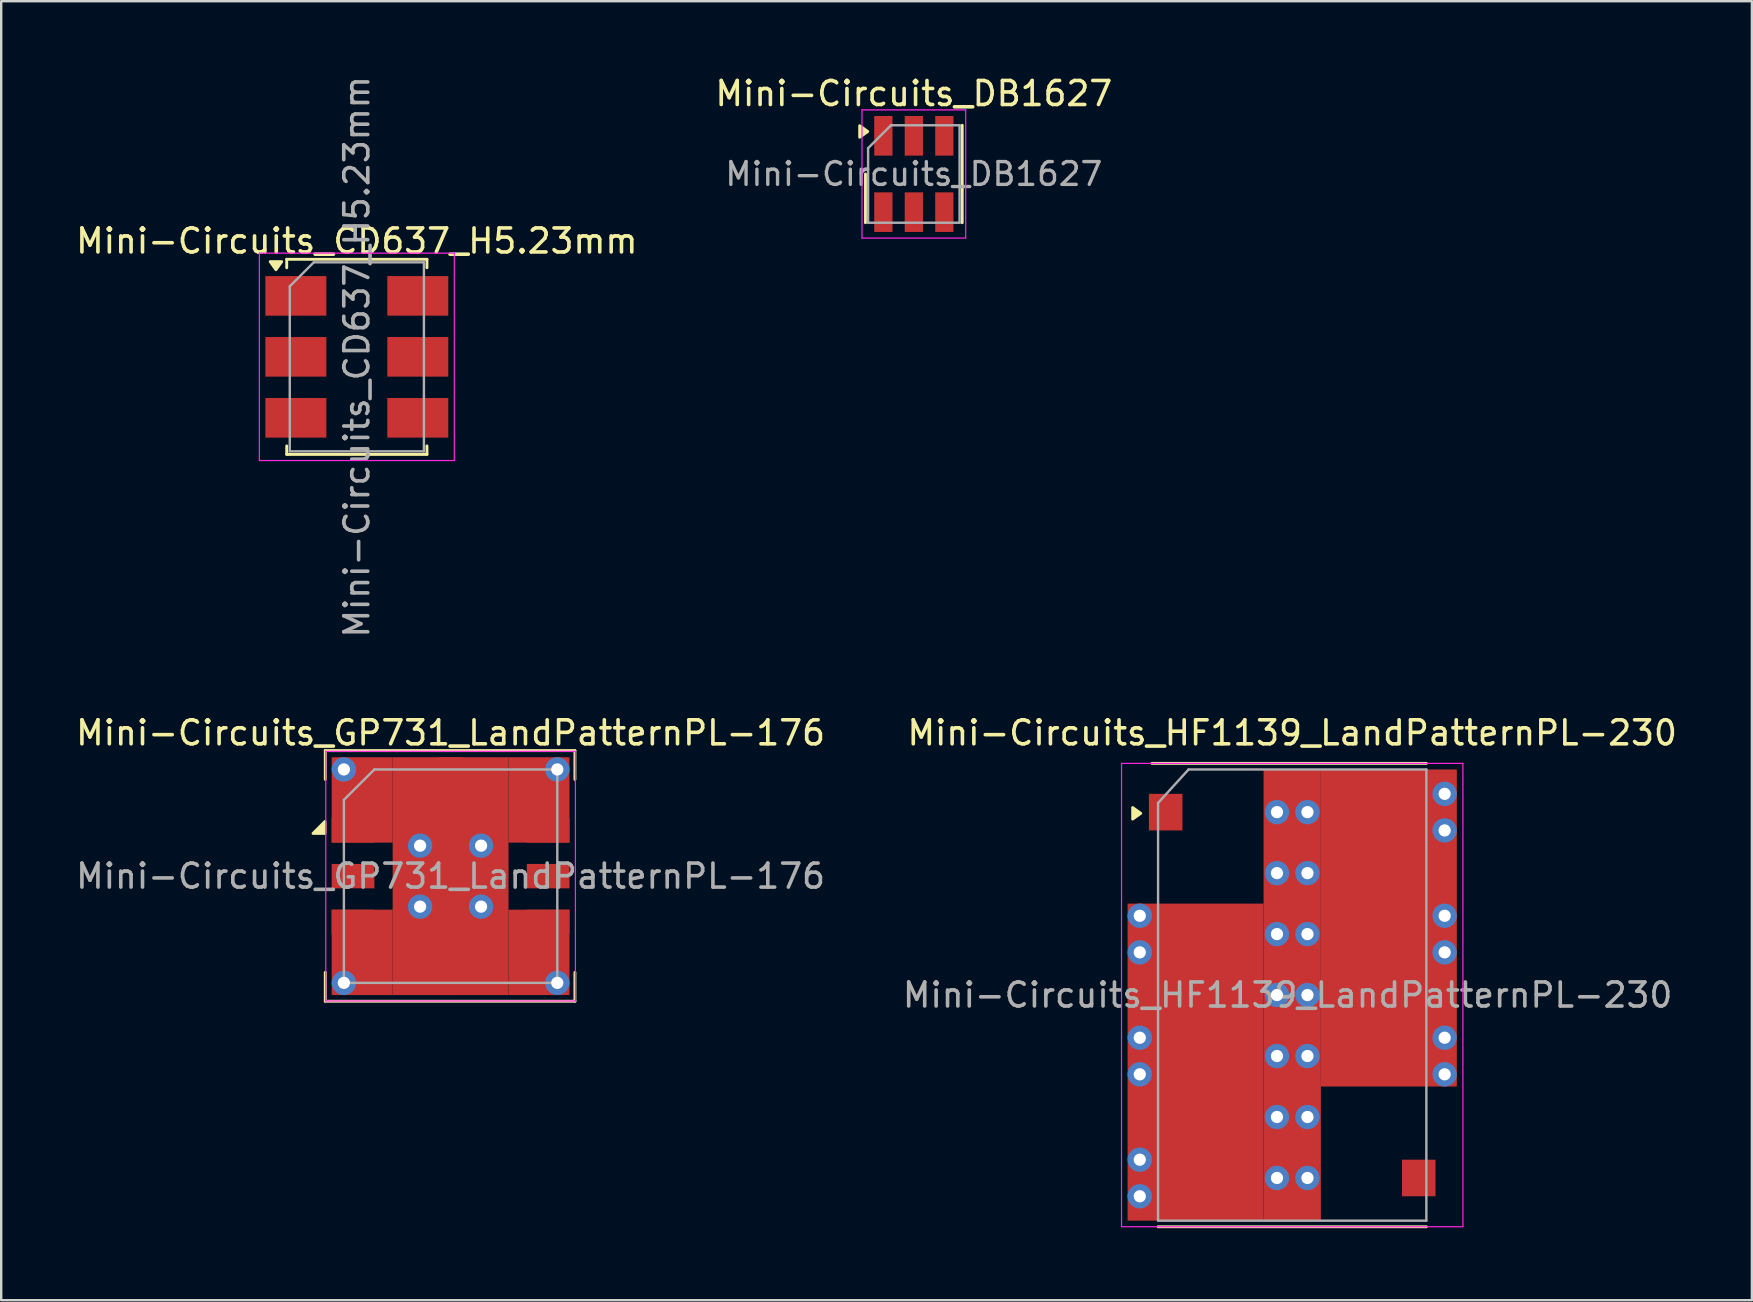
<source format=kicad_pcb>
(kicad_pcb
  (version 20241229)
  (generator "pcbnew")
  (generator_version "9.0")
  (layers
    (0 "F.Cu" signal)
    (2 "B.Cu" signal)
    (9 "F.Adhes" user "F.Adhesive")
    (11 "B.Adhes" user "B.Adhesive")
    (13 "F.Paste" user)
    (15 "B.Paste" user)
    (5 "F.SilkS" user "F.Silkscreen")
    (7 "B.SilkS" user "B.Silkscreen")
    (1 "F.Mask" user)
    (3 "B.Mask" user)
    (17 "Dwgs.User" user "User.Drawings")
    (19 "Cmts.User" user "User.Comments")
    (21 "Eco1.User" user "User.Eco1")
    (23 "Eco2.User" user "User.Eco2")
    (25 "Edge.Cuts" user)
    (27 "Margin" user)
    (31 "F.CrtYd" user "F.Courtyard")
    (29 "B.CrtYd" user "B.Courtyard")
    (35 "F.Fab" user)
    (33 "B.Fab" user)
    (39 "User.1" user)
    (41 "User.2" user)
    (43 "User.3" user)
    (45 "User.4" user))
  (footprint "Mini-Circuits_DB1627"
    (layer "F.Cu")
    (at 35.018 4.198)
    (property "Reference" "Mini-Circuits_DB1627" (at 0 -3.35 0) (layer "F.SilkS") (effects (font (size 1 1) (thickness 0.15))))
    (attr smd)
    (fp_line (start -2.015 0) (end -2.015 2.03) (stroke (width 0.12) (type solid)) (layer "F.SilkS"))
    (fp_line (start 2.015 -2.03) (end 2.015 2.03) (stroke (width 0.12) (type solid)) (layer "F.SilkS"))
    (fp_poly (pts (xy -1.92 -1.77) (xy -2.256 -1.53) (xy -2.256 -2.01) (xy -1.92 -1.77)) (stroke (width 0.12) (type solid)) (fill yes) (layer "F.SilkS"))
    (fp_line (start -2.16 -2.67) (end -2.16 2.67) (stroke (width 0.05) (type solid)) (layer "F.CrtYd"))
    (fp_line (start -2.16 2.67) (end 2.16 2.67) (stroke (width 0.05) (type solid)) (layer "F.CrtYd"))
    (fp_line (start 2.16 -2.67) (end -2.16 -2.67) (stroke (width 0.05) (type solid)) (layer "F.CrtYd"))
    (fp_line (start 2.16 2.67) (end 2.16 -2.67) (stroke (width 0.05) (type solid)) (layer "F.CrtYd"))
    (fp_line (start -1.905 -1.077) (end -0.953 -2.03) (stroke (width 0.1) (type solid)) (layer "F.Fab"))
    (fp_line (start -1.905 2.03) (end -1.905 -1.077) (stroke (width 0.1) (type solid)) (layer "F.Fab"))
    (fp_line (start -0.953 -2.03) (end 1.905 -2.03) (stroke (width 0.1) (type solid)) (layer "F.Fab"))
    (fp_line (start 1.905 -2.03) (end 1.905 2.03) (stroke (width 0.1) (type solid)) (layer "F.Fab"))
    (fp_line (start 1.905 2.03) (end -1.905 2.03) (stroke (width 0.1) (type solid)) (layer "F.Fab"))
    (fp_text user "${REFERENCE}" (at 0 0 0) (layer "F.Fab") (effects (font (size 0.95 0.95) (thickness 0.14))))
    (pad "1" smd rect (at -1.27 -1.59) (size 0.76 1.65) (layers "F.Cu" "F.Mask" "F.Paste"))
    (pad "2" smd rect (at 0 -1.59) (size 0.76 1.65) (layers "F.Cu" "F.Mask" "F.Paste"))
    (pad "3" smd rect (at 1.27 -1.59) (size 0.76 1.65) (layers "F.Cu" "F.Mask" "F.Paste"))
    (pad "4" smd rect (at 1.27 1.59) (size 0.76 1.65) (layers "F.Cu" "F.Mask" "F.Paste"))
    (pad "5" smd rect (at 0 1.59) (size 0.76 1.65) (layers "F.Cu" "F.Mask" "F.Paste"))
    (pad "6" smd rect (at -1.27 1.59) (size 0.76 1.65) (layers "F.Cu" "F.Mask" "F.Paste")))
  (footprint "Mini-Circuits_CD637_H5.23mm"
    (layer "F.Cu")
    (at 11.815 11.815)
    (property "Reference" "Mini-Circuits_CD637_H5.23mm" (at 0 -4.826 0) (layer "F.SilkS") (effects (font (size 1 1) (thickness 0.15))))
    (attr smd)
    (fp_line (start -2.921 -4.064) (end -2.921 -3.71) (stroke (width 0.12) (type solid)) (layer "F.SilkS"))
    (fp_line (start -2.921 3.71) (end -2.921 4.064) (stroke (width 0.12) (type solid)) (layer "F.SilkS"))
    (fp_line (start -2.921 4.064) (end 2.921 4.064) (stroke (width 0.12) (type solid)) (layer "F.SilkS"))
    (fp_line (start 2.921 -4.064) (end -2.921 -4.064) (stroke (width 0.12) (type solid)) (layer "F.SilkS"))
    (fp_line (start 2.921 -3.71) (end 2.921 -4.064) (stroke (width 0.12) (type solid)) (layer "F.SilkS"))
    (fp_line (start 2.921 4.064) (end 2.921 3.71) (stroke (width 0.12) (type solid)) (layer "F.SilkS"))
    (fp_poly (pts (xy -3.37 -3.63) (xy -3.61 -3.966) (xy -3.13 -3.966) (xy -3.37 -3.63)) (stroke (width 0.12) (type solid)) (fill yes) (layer "F.SilkS"))
    (fp_line (start -4.06 4.32) (end -4.06 -4.32) (stroke (width 0.05) (type solid)) (layer "F.CrtYd"))
    (fp_line (start 4.06 -4.32) (end -4.06 -4.32) (stroke (width 0.05) (type solid)) (layer "F.CrtYd"))
    (fp_line (start 4.06 4.32) (end -4.06 4.32) (stroke (width 0.05) (type solid)) (layer "F.CrtYd"))
    (fp_line (start 4.06 4.32) (end 4.06 -4.32) (stroke (width 0.05) (type solid)) (layer "F.CrtYd"))
    (fp_line (start -2.794 3.937) (end -2.794 -2.937) (stroke (width 0.1) (type solid)) (layer "F.Fab"))
    (fp_line (start -1.794 -3.937) (end -2.794 -2.937) (stroke (width 0.1) (type solid)) (layer "F.Fab"))
    (fp_line (start -1.794 -3.937) (end 2.794 -3.937) (stroke (width 0.1) (type solid)) (layer "F.Fab"))
    (fp_line (start 2.794 -3.937) (end 2.794 3.937) (stroke (width 0.1) (type solid)) (layer "F.Fab"))
    (fp_line (start 2.794 3.937) (end -2.794 3.937) (stroke (width 0.1) (type solid)) (layer "F.Fab"))
    (fp_text user "${REFERENCE}" (at 0 0 90) (layer "F.Fab") (effects (font (size 1 1) (thickness 0.15))))
    (pad "1" smd rect (at -2.54 -2.54) (size 2.54 1.65) (layers "F.Cu" "F.Mask" "F.Paste"))
    (pad "2" smd rect (at -2.54 0) (size 2.54 1.65) (layers "F.Cu" "F.Mask" "F.Paste"))
    (pad "3" smd rect (at -2.54 2.54) (size 2.54 1.65) (layers "F.Cu" "F.Mask" "F.Paste"))
    (pad "4" smd rect (at 2.54 2.54) (size 2.54 1.65) (layers "F.Cu" "F.Mask" "F.Paste"))
    (pad "5" smd rect (at 2.54 0) (size 2.54 1.65) (layers "F.Cu" "F.Mask" "F.Paste"))
    (pad "6" smd rect (at 2.54 -2.54) (size 2.54 1.65) (layers "F.Cu" "F.Mask" "F.Paste")))
  (footprint "Mini-Circuits_HF1139_LandPatternPL-230"
    (layer "F.Cu")
    (at 50.78 38.401)
    (property "Reference" "Mini-Circuits_HF1139_LandPatternPL-230" (at 0 -10.922 0) (layer "F.SilkS") (effects (font (size 1 1) (thickness 0.15))))
    (attr smd)
    (fp_line (start 5.588 -9.652) (end -5.842 -9.652) (stroke (width 0.12) (type solid)) (layer "F.SilkS"))
    (fp_line (start 5.588 9.652) (end -5.588 9.652) (stroke (width 0.12) (type solid)) (layer "F.SilkS"))
    (fp_poly (pts (xy -6.31 -7.57) (xy -6.646 -7.33) (xy -6.646 -7.81) (xy -6.31 -7.57)) (stroke (width 0.12) (type solid)) (fill yes) (layer "F.SilkS"))
    (fp_line (start -7.11 -9.65) (end -7.11 9.65) (stroke (width 0.05) (type solid)) (layer "F.CrtYd"))
    (fp_line (start -7.11 -9.65) (end 7.11 -9.65) (stroke (width 0.05) (type solid)) (layer "F.CrtYd"))
    (fp_line (start 7.11 9.65) (end -7.11 9.65) (stroke (width 0.05) (type solid)) (layer "F.CrtYd"))
    (fp_line (start 7.11 9.65) (end 7.11 -9.65) (stroke (width 0.05) (type solid)) (layer "F.CrtYd"))
    (fp_line (start -5.588 -8.001) (end -5.588 9.398) (stroke (width 0.1) (type solid)) (layer "F.Fab"))
    (fp_line (start -4.318 -9.398) (end -5.588 -8.001) (stroke (width 0.1) (type solid)) (layer "F.Fab"))
    (fp_line (start 5.588 -9.398) (end -4.318 -9.398) (stroke (width 0.1) (type solid)) (layer "F.Fab"))
    (fp_line (start 5.588 9.398) (end -5.588 9.398) (stroke (width 0.1) (type solid)) (layer "F.Fab"))
    (fp_line (start 5.588 9.398) (end 5.588 -9.398) (stroke (width 0.1) (type solid)) (layer "F.Fab"))
    (fp_text user "${REFERENCE}" (at -0.191 0 180) (layer "F.Fab") (effects (font (size 1 1) (thickness 0.15))))
    (pad "1" smd rect (at -5.271 -7.62 270) (size 1.524 1.397) (layers "F.Cu" "F.Mask" "F.Paste"))
    (pad "2" smd rect (at 5.271 -7.62 270) (size 1.524 1.397) (layers "F.Cu" "F.Mask" "F.Paste"))
    (pad "2" thru_hole circle (at 6.35 -8.382 270) (size 1.016 1.016) (drill 0.508) (layers "*.Cu"))
    (pad "2" thru_hole circle (at 6.35 -6.858 270) (size 1.016 1.016) (drill 0.508) (layers "*.Cu"))
    (pad "3" thru_hole circle (at -6.35 -3.302 270) (size 1.016 1.016) (drill 0.508) (layers "*.Cu"))
    (pad "3" thru_hole circle (at -6.35 -1.778 270) (size 1.016 1.016) (drill 0.508) (layers "*.Cu"))
    (pad "3" smd rect (at -5.271 -2.54 270) (size 1.524 1.397) (layers "F.Cu" "F.Mask" "F.Paste"))
    (pad "4" smd rect (at 5.271 -2.54 270) (size 1.524 1.397) (layers "F.Cu" "F.Mask" "F.Paste"))
    (pad "4" thru_hole circle (at 6.35 -3.302 270) (size 1.016 1.016) (drill 0.508) (layers "*.Cu"))
    (pad "4" thru_hole circle (at 6.35 -1.778 270) (size 1.016 1.016) (drill 0.508) (layers "*.Cu"))
    (pad "5" thru_hole circle (at -6.35 1.778 270) (size 1.016 1.016) (drill 0.508) (layers "*.Cu"))
    (pad "5" thru_hole circle (at -6.35 3.302 270) (size 1.016 1.016) (drill 0.508) (layers "*.Cu"))
    (pad "5" smd rect (at -5.271 2.54 270) (size 1.524 1.397) (layers "F.Cu" "F.Mask" "F.Paste"))
    (pad "6" smd rect (at 5.271 2.54 270) (size 1.524 1.397) (layers "F.Cu" "F.Mask" "F.Paste"))
    (pad "6" thru_hole circle (at 6.35 1.778 270) (size 1.016 1.016) (drill 0.508) (layers "*.Cu"))
    (pad "6" thru_hole circle (at 6.35 3.302 270) (size 1.016 1.016) (drill 0.508) (layers "*.Cu"))
    (pad "7" thru_hole circle (at -6.35 6.858 270) (size 1.016 1.016) (drill 0.508) (layers "*.Cu"))
    (pad "7" thru_hole circle (at -6.35 8.382 270) (size 1.016 1.016) (drill 0.508) (layers "*.Cu"))
    (pad "7" smd rect (at -5.271 7.62 270) (size 1.524 1.397) (layers "F.Cu" "F.Mask" "F.Paste"))
    (pad "7" smd rect (at -4.026 2.794 270) (size 13.208 5.664) (layers "F.Cu"))
    (pad "7" thru_hole circle (at -0.635 -7.62 270) (size 1.016 1.016) (drill 0.508) (layers "*.Cu"))
    (pad "7" thru_hole circle (at -0.635 -5.08 270) (size 1.016 1.016) (drill 0.508) (layers "*.Cu"))
    (pad "7" thru_hole circle (at -0.635 -2.54 270) (size 1.016 1.016) (drill 0.508) (layers "*.Cu"))
    (pad "7" thru_hole circle (at -0.635 0 270) (size 1.016 1.016) (drill 0.508) (layers "*.Cu"))
    (pad "7" thru_hole circle (at -0.635 2.54 270) (size 1.016 1.016) (drill 0.508) (layers "*.Cu"))
    (pad "7" thru_hole circle (at -0.635 5.08 270) (size 1.016 1.016) (drill 0.508) (layers "*.Cu"))
    (pad "7" thru_hole circle (at -0.635 7.62 270) (size 1.016 1.016) (drill 0.508) (layers "*.Cu"))
    (pad "7" smd rect (at 0 0 270) (size 18.796 2.388) (layers "F.Cu"))
    (pad "7" thru_hole circle (at 0.635 -7.62 270) (size 1.016 1.016) (drill 0.508) (layers "*.Cu"))
    (pad "7" thru_hole circle (at 0.635 -5.08 270) (size 1.016 1.016) (drill 0.508) (layers "*.Cu"))
    (pad "7" thru_hole circle (at 0.635 -2.54 270) (size 1.016 1.016) (drill 0.508) (layers "*.Cu"))
    (pad "7" thru_hole circle (at 0.635 0 270) (size 1.016 1.016) (drill 0.508) (layers "*.Cu"))
    (pad "7" thru_hole circle (at 0.635 2.54 270) (size 1.016 1.016) (drill 0.508) (layers "*.Cu"))
    (pad "7" thru_hole circle (at 0.635 5.08 270) (size 1.016 1.016) (drill 0.508) (layers "*.Cu"))
    (pad "7" thru_hole circle (at 0.635 7.62 270) (size 1.016 1.016) (drill 0.508) (layers "*.Cu"))
    (pad "7" smd rect (at 4.026 -2.794 270) (size 13.208 5.664) (layers "F.Cu"))
    (pad "8" smd rect (at 5.271 7.62 270) (size 1.524 1.397) (layers "F.Cu" "F.Mask" "F.Paste")))
  (footprint "Mini-Circuits_GP731_LandPatternPL-176"
    (layer "F.Cu")
    (at 15.72 33.448)
    (property "Reference" "Mini-Circuits_GP731_LandPatternPL-176" (at 0 -5.969 0) (layer "F.SilkS") (effects (font (size 1 1) (thickness 0.15))))
    (attr smd)
    (fp_line (start -5.22 -5.23) (end 5.18 -5.23) (stroke (width 0.12) (type solid)) (layer "F.SilkS"))
    (fp_line (start -5.22 -4.03) (end -5.22 -5.23) (stroke (width 0.12) (type solid)) (layer "F.SilkS"))
    (fp_line (start -5.22 4.01) (end -5.22 5.21) (stroke (width 0.12) (type solid)) (layer "F.SilkS"))
    (fp_line (start 5.18 -4.03) (end 5.18 -5.23) (stroke (width 0.12) (type solid)) (layer "F.SilkS"))
    (fp_line (start 5.18 5.21) (end -5.22 5.21) (stroke (width 0.12) (type solid)) (layer "F.SilkS"))
    (fp_line (start 5.18 5.21) (end 5.18 4.01) (stroke (width 0.12) (type solid)) (layer "F.SilkS"))
    (fp_poly (pts (xy -5.23 -1.78) (xy -5.73 -1.78) (xy -5.23 -2.28) (xy -5.23 -1.78)) (stroke (width 0.12) (type solid)) (fill yes) (layer "F.SilkS"))
    (fp_line (start -5.2 -5.2) (end -5.2 5.2) (stroke (width 0.05) (type solid)) (layer "F.CrtYd"))
    (fp_line (start -5.2 -5.2) (end 5.2 -5.2) (stroke (width 0.05) (type solid)) (layer "F.CrtYd"))
    (fp_line (start 5.2 5.2) (end -5.2 5.2) (stroke (width 0.05) (type solid)) (layer "F.CrtYd"))
    (fp_line (start 5.2 5.2) (end 5.2 -5.2) (stroke (width 0.05) (type solid)) (layer "F.CrtYd"))
    (fp_line (start -4.445 -3.175) (end -3.175 -4.445) (stroke (width 0.1) (type solid)) (layer "F.Fab"))
    (fp_line (start -4.445 4.445) (end -4.445 -3.175) (stroke (width 0.1) (type solid)) (layer "F.Fab"))
    (fp_line (start -3.175 -4.445) (end 4.445 -4.445) (stroke (width 0.1) (type solid)) (layer "F.Fab"))
    (fp_line (start 4.445 -4.445) (end 4.445 4.445) (stroke (width 0.1) (type solid)) (layer "F.Fab"))
    (fp_line (start 4.445 4.445) (end -4.445 4.445) (stroke (width 0.1) (type solid)) (layer "F.Fab"))
    (fp_text user "${REFERENCE}" (at 0 0 0) (layer "F.Fab") (effects (font (size 1 1) (thickness 0.15))))
    (pad "1" thru_hole circle (at -4.445 -4.445) (size 1.016 1.016) (drill 0.508) (layers "*.Cu"))
    (pad "1" thru_hole circle (at -4.445 4.445) (size 1.016 1.016) (drill 0.508) (layers "*.Cu"))
    (pad "1" smd rect (at -4.064 -1.905 180) (size 1.778 1.016) (layers "F.Cu" "F.Mask" "F.Paste"))
    (pad "1" smd rect (at -3.683 -3.175) (size 2.54 3.556) (layers "F.Cu"))
    (pad "1" smd rect (at -3.683 3.175) (size 2.54 3.556) (layers "F.Cu"))
    (pad "1" thru_hole circle (at -1.27 -1.27) (size 1.016 1.016) (drill 0.508) (layers "*.Cu"))
    (pad "1" thru_hole circle (at -1.27 1.27) (size 1.016 1.016) (drill 0.508) (layers "*.Cu"))
    (pad "1" smd rect (at 0 0) (size 4.826 9.906) (layers "F.Cu"))
    (pad "1" thru_hole circle (at 1.27 -1.27) (size 1.016 1.016) (drill 0.508) (layers "*.Cu"))
    (pad "1" thru_hole circle (at 1.27 1.27) (size 1.016 1.016) (drill 0.508) (layers "*.Cu"))
    (pad "1" smd rect (at 3.683 -3.175) (size 2.54 3.556) (layers "F.Cu"))
    (pad "1" smd rect (at 3.683 3.175) (size 2.54 3.556) (layers "F.Cu"))
    (pad "1" thru_hole circle (at 4.445 -4.445) (size 1.016 1.016) (drill 0.508) (layers "*.Cu"))
    (pad "1" thru_hole circle (at 4.445 4.445) (size 1.016 1.016) (drill 0.508) (layers "*.Cu"))
    (pad "2" smd rect (at -4.064 0 180) (size 1.778 1.016) (layers "F.Cu" "F.Mask" "F.Paste"))
    (pad "3" smd rect (at -4.064 1.905 180) (size 1.778 1.016) (layers "F.Cu" "F.Mask" "F.Paste"))
    (pad "4" smd rect (at 0 4.064 270) (size 1.778 1.016) (layers "F.Cu" "F.Mask" "F.Paste"))
    (pad "5" smd rect (at 4.064 1.905) (size 1.778 1.016) (layers "F.Cu" "F.Mask" "F.Paste"))
    (pad "6" smd rect (at 4.064 0) (size 1.778 1.016) (layers "F.Cu" "F.Mask" "F.Paste"))
    (pad "7" smd rect (at 4.064 -1.905) (size 1.778 1.016) (layers "F.Cu" "F.Mask" "F.Paste"))
    (pad "8" smd rect (at 0 -4.064 270) (size 1.778 1.016) (layers "F.Cu" "F.Mask" "F.Paste")))
  (gr_rect
    (start -3 -3)
    (end 69.929 51.113)
    (stroke (width 0.1) (type default))
    (fill no)
    (layer "Edge.Cuts")))
</source>
